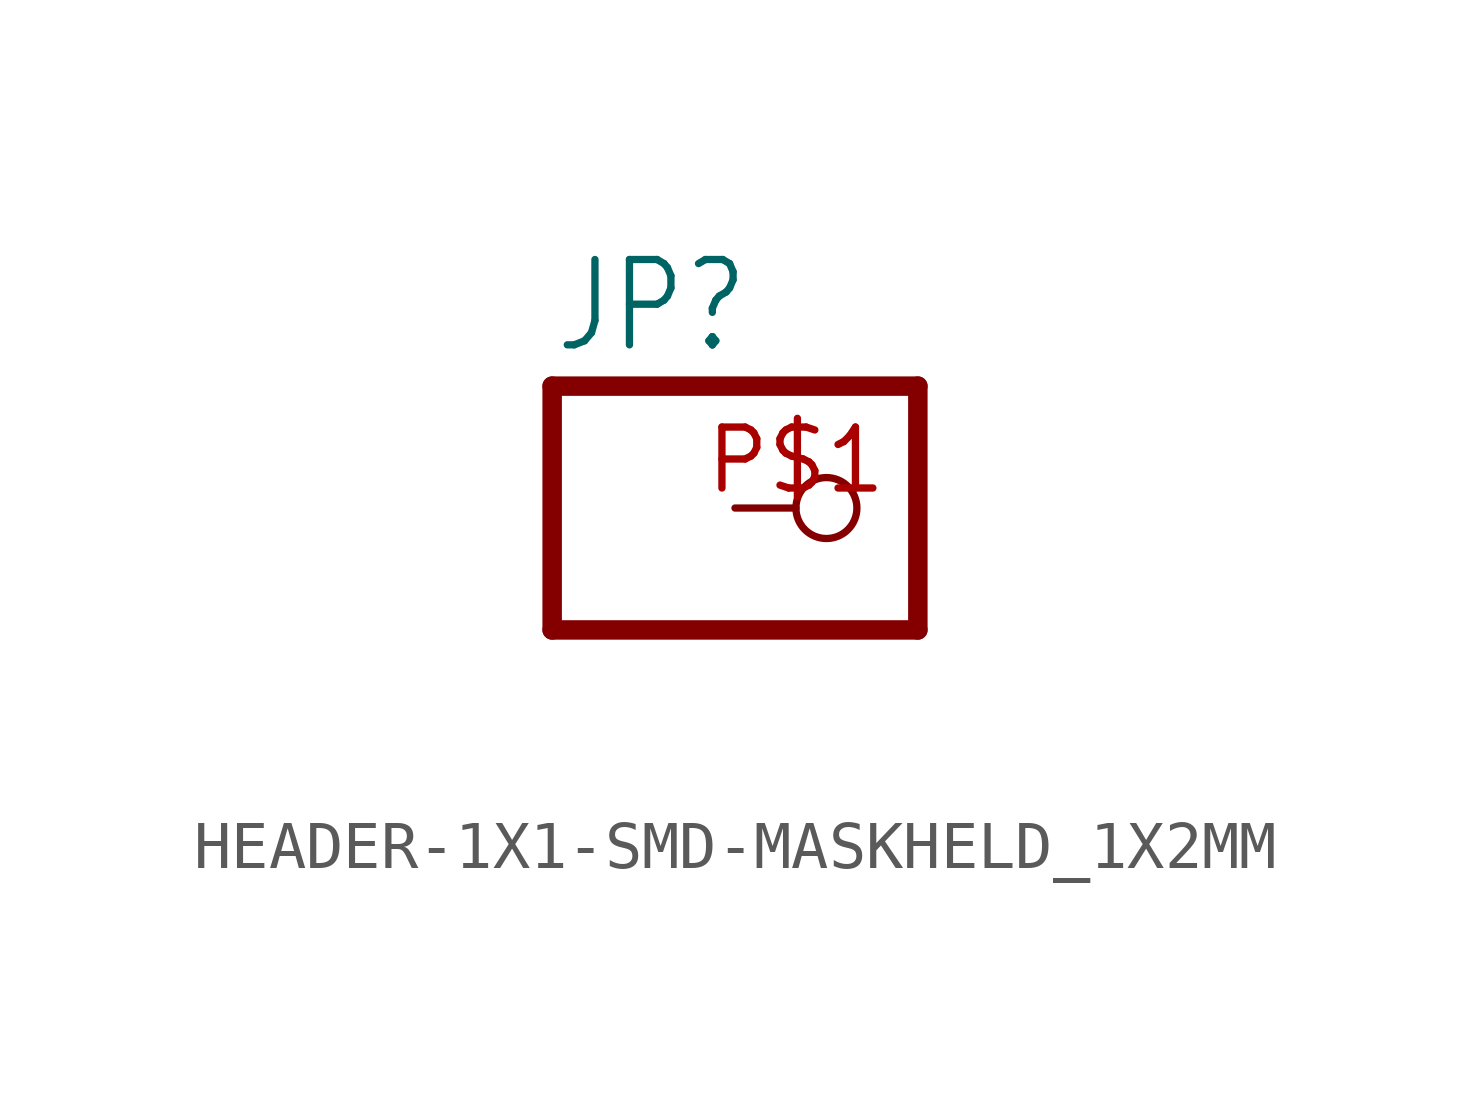
<source format=kicad_sym>
(kicad_symbol_lib
  (version 20220914)
  (generator kicad_symbol_editor)
  (symbol "HEADER-1X1-SMD-MASKHELD_1X2MM"
    (property "Reference" "JP"
      (at -6.35 3.175 0)
      (effects (font (size 1.778 1.511)) (justify left bottom)))
    (property "Value" ""
      (at -6.35 -5.08 0)
      (effects (font (size 1.778 1.511)) (justify left bottom)))
    (property "ki_locked" ""
      (at 0 0 0)
      (effects (font (size 1.27 1.27))))
    (symbol "HEADER-1X1-SMD-MASKHELD_1X2MM_1_0"
      (polyline (pts (xy -6.35 -2.54) (xy 1.27 -2.54)) (stroke (width 0.406) (type solid)) (fill (type none)))
      (polyline (pts (xy -6.35 2.54) (xy -6.35 -2.54)) (stroke (width 0.406) (type solid)) (fill (type none)))
      (polyline (pts (xy 1.27 -2.54) (xy 1.27 2.54)) (stroke (width 0.406) (type solid)) (fill (type none)))
      (polyline (pts (xy 1.27 2.54) (xy -6.35 2.54)) (stroke (width 0.406) (type solid)) (fill (type none)))
      (pin passive inverted (at -2.54 0 0) (length 2.54) (name "1" (effects (font (size 0 0)))) (number "P$1" (effects (font (size 1.27 1.27))))))))
</source>
